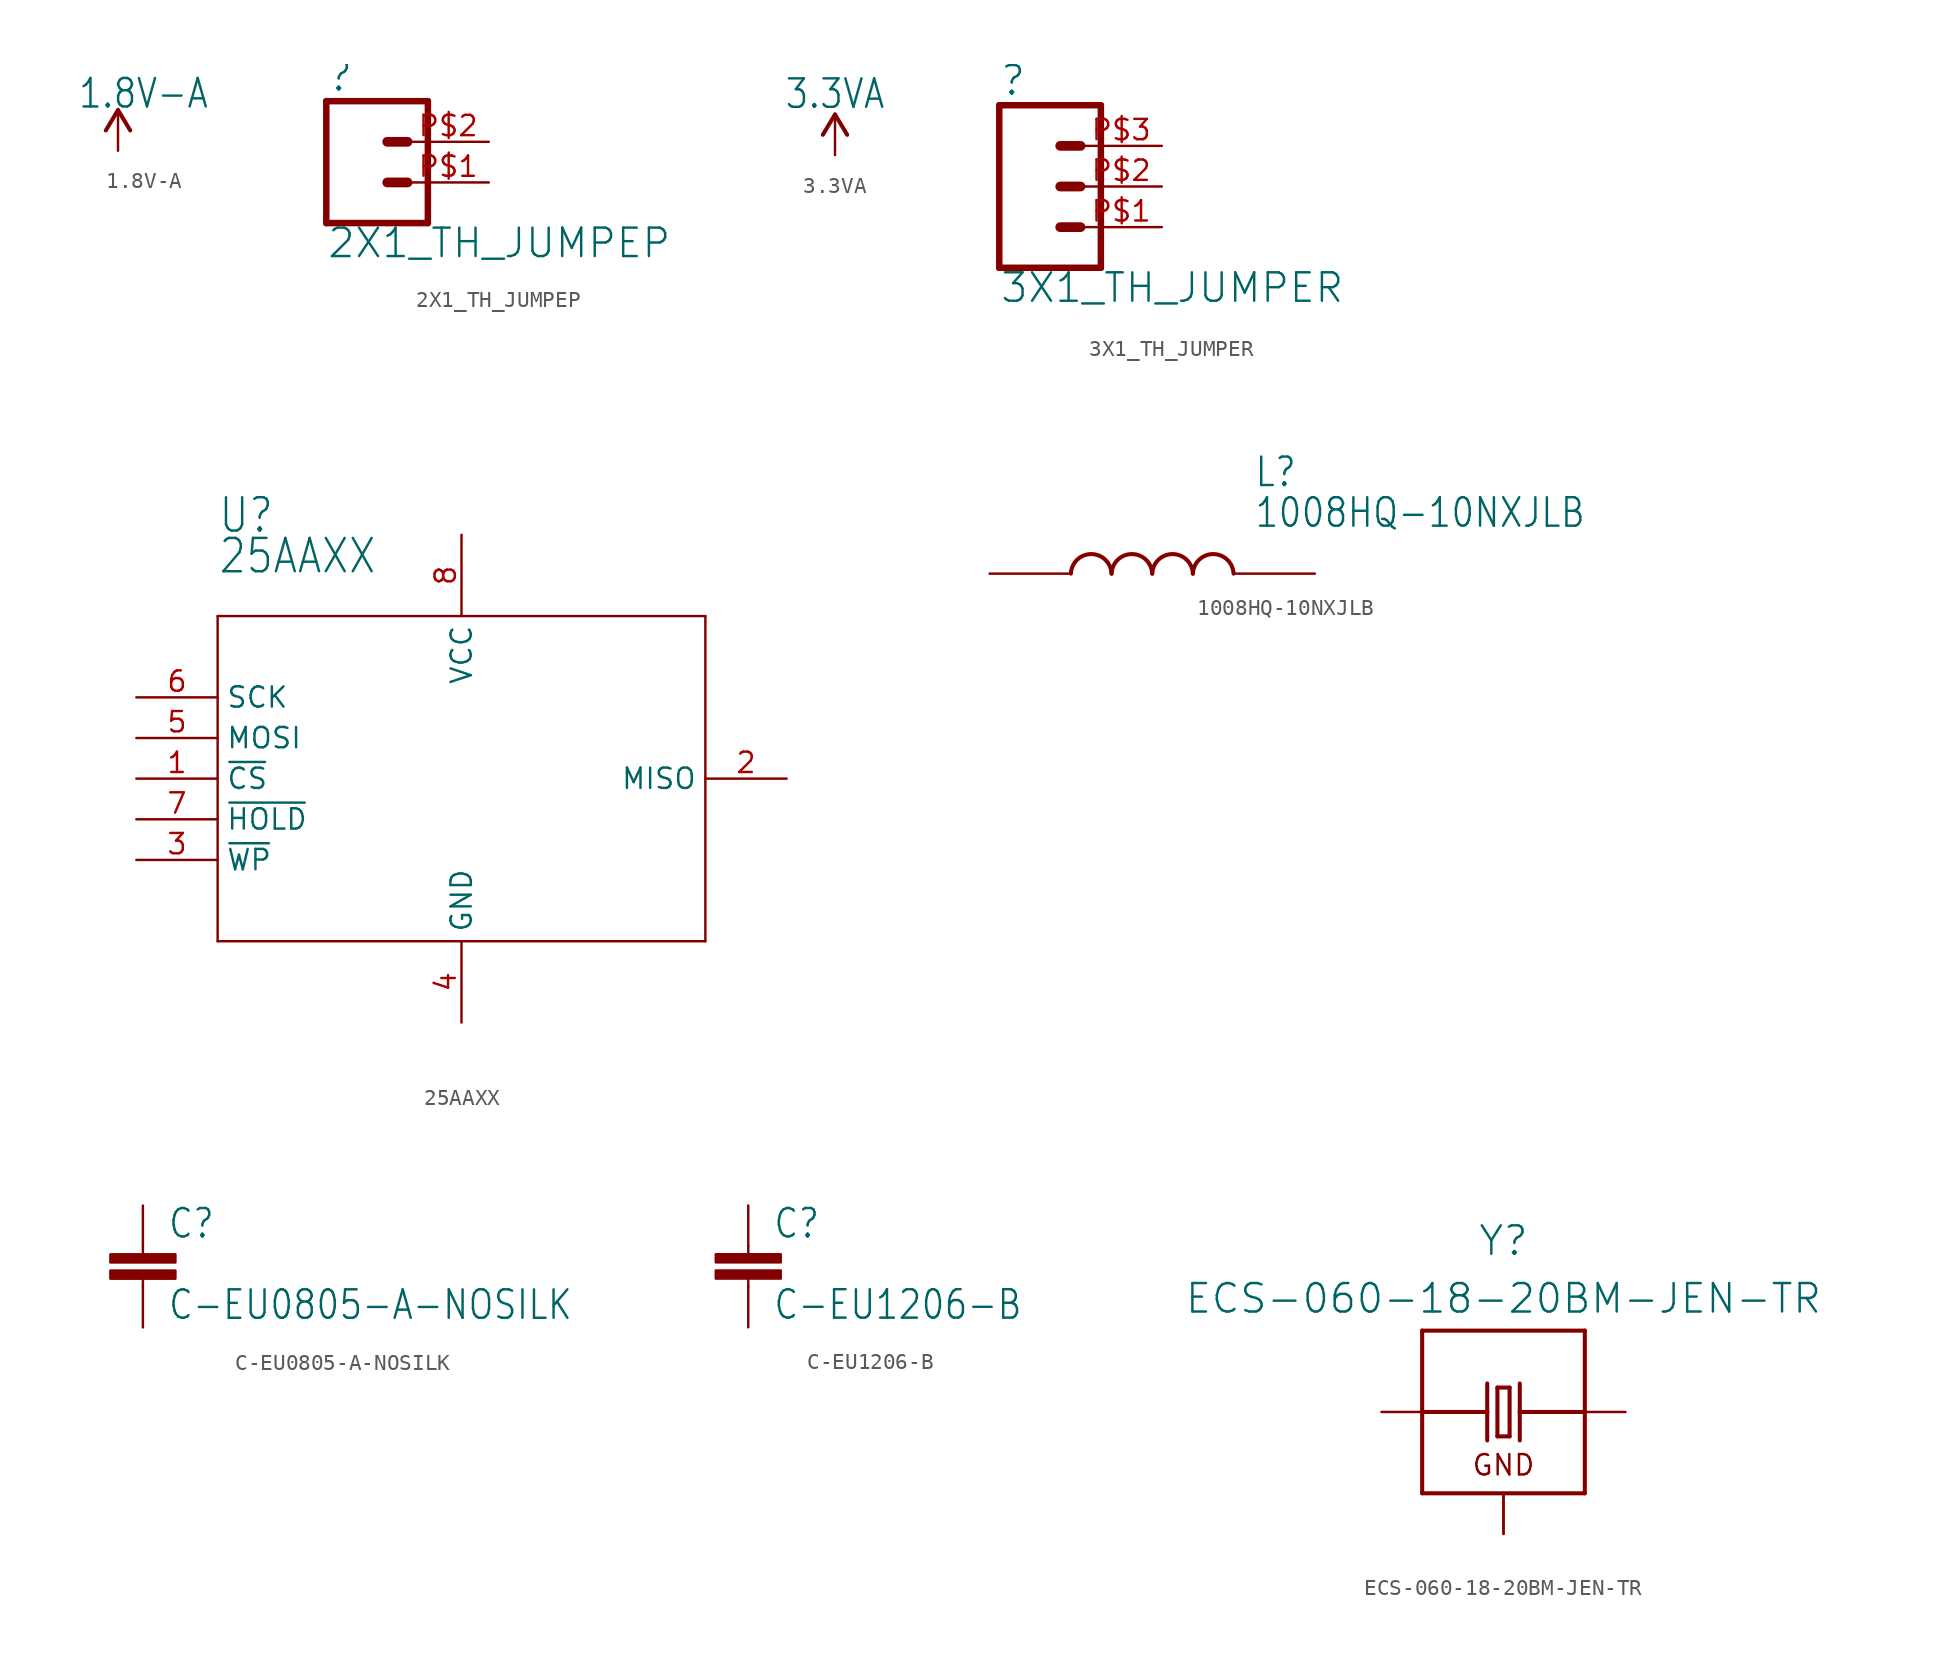
<source format=kicad_sym>
(kicad_symbol_lib
  (version 20211014)
  (generator kicad_symbol_editor)
  (symbol "1.8V-A"
    (power)
    (property "Reference" "#1.8V-A"
      (at 0 0 0)
      (effects (font (size 1.27 1.27)) hide))
    (property "Value" "1.8V-A"
      (at -2.54 0 0)
      (effects (font (size 1.778 1.511)) (justify left bottom)))
    (property "ki_locked" ""
      (at 0 0 0)
      (effects (font (size 1.27 1.27))))
    (symbol "1.8V-A_1_0"
      (polyline (pts (xy 0 0) (xy -0.762 -1.27)) (stroke (width 0.254) (type default) (color 0 0 0 0)) (fill (type none)))
      (polyline (pts (xy 0.762 -1.27) (xy 0 0)) (stroke (width 0.254) (type default) (color 0 0 0 0)) (fill (type none)))
      (pin power_in line (at 0 -2.54 90) (length 2.54) (name "1.8V-A" (effects (font (size 0 0)))) (number "1" (effects (font (size 0 0)))))))
  (symbol "2X1_TH_JUMPEP"
    (property "Reference" ""
      (at -2.54 5.588 0)
      (effects (font (size 1.778 1.778)) (justify left bottom)))
    (property "Value" "2X1_TH_JUMPEP"
      (at -2.54 -4.826 0)
      (effects (font (size 1.778 1.778)) (justify left bottom)))
    (property "ki_locked" ""
      (at 0 0 0)
      (effects (font (size 1.27 1.27))))
    (symbol "2X1_TH_JUMPEP_1_0"
      (polyline (pts (xy -2.54 5.08) (xy -2.54 -2.54)) (stroke (width 0.406) (type default) (color 0 0 0 0)) (fill (type none)))
      (polyline (pts (xy -2.54 5.08) (xy 3.81 5.08)) (stroke (width 0.406) (type default) (color 0 0 0 0)) (fill (type none)))
      (polyline (pts (xy 1.27 0) (xy 2.54 0)) (stroke (width 0.61) (type default) (color 0 0 0 0)) (fill (type none)))
      (polyline (pts (xy 1.27 2.54) (xy 2.54 2.54)) (stroke (width 0.61) (type default) (color 0 0 0 0)) (fill (type none)))
      (polyline (pts (xy 3.81 -2.54) (xy -2.54 -2.54)) (stroke (width 0.406) (type default) (color 0 0 0 0)) (fill (type none)))
      (polyline (pts (xy 3.81 -2.54) (xy 3.81 5.08)) (stroke (width 0.406) (type default) (color 0 0 0 0)) (fill (type none)))
      (pin passive line (at 7.62 0 180) (length 5.08) (name "1" (effects (font (size 0 0)))) (number "P$1" (effects (font (size 1.27 1.27)))))
      (pin passive line (at 7.62 2.54 180) (length 5.08) (name "2" (effects (font (size 0 0)))) (number "P$2" (effects (font (size 1.27 1.27)))))))
  (symbol "3.3VA"
    (power)
    (property "Reference" "#3.3VA"
      (at 0 0 0)
      (effects (font (size 1.27 1.27)) hide))
    (property "Value" "3.3VA"
      (at 0 0.254 0)
      (effects (font (size 1.778 1.511)) (justify bottom)))
    (property "ki_locked" ""
      (at 0 0 0)
      (effects (font (size 1.27 1.27))))
    (symbol "3.3VA_1_0"
      (polyline (pts (xy 0 0) (xy -0.762 -1.27)) (stroke (width 0.254) (type default) (color 0 0 0 0)) (fill (type none)))
      (polyline (pts (xy 0.762 -1.27) (xy 0 0)) (stroke (width 0.254) (type default) (color 0 0 0 0)) (fill (type none)))
      (pin power_in line (at 0 -2.54 90) (length 2.54) (name "3.3VA" (effects (font (size 0 0)))) (number "1" (effects (font (size 0 0)))))))
  (symbol "3X1_TH_JUMPER"
    (property "Reference" ""
      (at -2.54 5.588 0)
      (effects (font (size 1.778 1.778)) (justify left bottom)))
    (property "Value" "3X1_TH_JUMPER"
      (at -2.54 -7.366 0)
      (effects (font (size 1.778 1.778)) (justify left bottom)))
    (property "ki_locked" ""
      (at 0 0 0)
      (effects (font (size 1.27 1.27))))
    (symbol "3X1_TH_JUMPER_1_0"
      (polyline (pts (xy -2.54 5.08) (xy -2.54 -5.08)) (stroke (width 0.406) (type default) (color 0 0 0 0)) (fill (type none)))
      (polyline (pts (xy -2.54 5.08) (xy 3.81 5.08)) (stroke (width 0.406) (type default) (color 0 0 0 0)) (fill (type none)))
      (polyline (pts (xy 1.27 -2.54) (xy 2.54 -2.54)) (stroke (width 0.61) (type default) (color 0 0 0 0)) (fill (type none)))
      (polyline (pts (xy 1.27 0) (xy 2.54 0)) (stroke (width 0.61) (type default) (color 0 0 0 0)) (fill (type none)))
      (polyline (pts (xy 1.27 2.54) (xy 2.54 2.54)) (stroke (width 0.61) (type default) (color 0 0 0 0)) (fill (type none)))
      (polyline (pts (xy 3.81 -5.08) (xy -2.54 -5.08)) (stroke (width 0.406) (type default) (color 0 0 0 0)) (fill (type none)))
      (polyline (pts (xy 3.81 -5.08) (xy 3.81 5.08)) (stroke (width 0.406) (type default) (color 0 0 0 0)) (fill (type none)))
      (pin passive line (at 7.62 -2.54 180) (length 5.08) (name "1" (effects (font (size 0 0)))) (number "P$1" (effects (font (size 1.27 1.27)))))
      (pin passive line (at 7.62 0 180) (length 5.08) (name "2" (effects (font (size 0 0)))) (number "P$2" (effects (font (size 1.27 1.27)))))
      (pin passive line (at 7.62 2.54 180) (length 5.08) (name "3" (effects (font (size 0 0)))) (number "P$3" (effects (font (size 1.27 1.27)))))))
  (symbol "25AAXX"
    (property "Reference" "U"
      (at -15.24 15.24 0)
      (effects (font (size 2.083 1.77)) (justify left bottom)))
    (property "Value" "25AAXX"
      (at -15.24 12.7 0)
      (effects (font (size 2.083 1.77)) (justify left bottom)))
    (property "ki_locked" ""
      (at 0 0 0)
      (effects (font (size 1.27 1.27))))
    (symbol "25AAXX_1_0"
      (polyline (pts (xy -15.24 -10.16) (xy 15.24 -10.16)) (stroke (width 0.152) (type default) (color 0 0 0 0)) (fill (type none)))
      (polyline (pts (xy -15.24 10.16) (xy -15.24 -10.16)) (stroke (width 0.152) (type default) (color 0 0 0 0)) (fill (type none)))
      (polyline (pts (xy 15.24 -10.16) (xy 15.24 10.16)) (stroke (width 0.152) (type default) (color 0 0 0 0)) (fill (type none)))
      (polyline (pts (xy 15.24 10.16) (xy -15.24 10.16)) (stroke (width 0.152) (type default) (color 0 0 0 0)) (fill (type none)))
      (pin input line (at -20.32 0 0) (length 5.08) (name "~{CS}" (effects (font (size 1.27 1.27)))) (number "1" (effects (font (size 1.27 1.27)))))
      (pin output line (at 20.32 0 180) (length 5.08) (name "MISO" (effects (font (size 1.27 1.27)))) (number "2" (effects (font (size 1.27 1.27)))))
      (pin input line (at -20.32 -5.08 0) (length 5.08) (name "~{WP}" (effects (font (size 1.27 1.27)))) (number "3" (effects (font (size 1.27 1.27)))))
      (pin power_in line (at 0 -15.24 90) (length 5.08) (name "GND" (effects (font (size 1.27 1.27)))) (number "4" (effects (font (size 1.27 1.27)))))
      (pin input line (at -20.32 2.54 0) (length 5.08) (name "MOSI" (effects (font (size 1.27 1.27)))) (number "5" (effects (font (size 1.27 1.27)))))
      (pin input line (at -20.32 5.08 0) (length 5.08) (name "SCK" (effects (font (size 1.27 1.27)))) (number "6" (effects (font (size 1.27 1.27)))))
      (pin input line (at -20.32 -2.54 0) (length 5.08) (name "~{HOLD}" (effects (font (size 1.27 1.27)))) (number "7" (effects (font (size 1.27 1.27)))))
      (pin power_in line (at 0 15.24 270) (length 5.08) (name "VCC" (effects (font (size 1.27 1.27)))) (number "8" (effects (font (size 1.27 1.27)))))))
  (symbol "1008HQ-10NXJLB"
    (property "Reference" "L"
      (at 16.51 6.35 0)
      (effects (font (size 1.778 1.511)) (justify left)))
    (property "Value" "1008HQ-10NXJLB"
      (at 16.51 3.81 0)
      (effects (font (size 1.778 1.511)) (justify left)))
    (property "ki_locked" ""
      (at 0 0 0)
      (effects (font (size 1.27 1.27))))
    (symbol "1008HQ-10NXJLB_1_0"
      (arc (start 7.62 0) (mid 6.35 1.22) (end 5.08 0) (stroke (width 0.254) (type default) (color 0 0 0 0)) (fill (type none)))
      (arc (start 10.16 0) (mid 8.89 1.22) (end 7.62 0) (stroke (width 0.254) (type default) (color 0 0 0 0)) (fill (type none)))
      (arc (start 12.7 0) (mid 11.43 1.22) (end 10.16 0) (stroke (width 0.254) (type default) (color 0 0 0 0)) (fill (type none)))
      (arc (start 15.24 0) (mid 13.97 1.22) (end 12.7 0) (stroke (width 0.254) (type default) (color 0 0 0 0)) (fill (type none)))
      (pin bidirectional line (at 0 0 0) (length 5.08) (name "1" (effects (font (size 0 0)))) (number "1" (effects (font (size 0 0)))))
      (pin bidirectional line (at 20.32 0 180) (length 5.08) (name "2" (effects (font (size 0 0)))) (number "2" (effects (font (size 0 0)))))))
  (symbol "C-EU0805-A-NOSILK"
    (property "Reference" "C"
      (at 1.524 0.381 0)
      (effects (font (size 1.778 1.511)) (justify left bottom)))
    (property "Value" "C-EU0805-A-NOSILK"
      (at 1.524 -4.699 0)
      (effects (font (size 1.778 1.511)) (justify left bottom)))
    (property "ki_locked" ""
      (at 0 0 0)
      (effects (font (size 1.27 1.27))))
    (symbol "C-EU0805-A-NOSILK_1_0"
      (rectangle (start -2.032 -2.032) (end 2.032 -1.524) (stroke (width 0) (type default) (color 0 0 0 0)) (fill (type outline)))
      (rectangle (start -2.032 -1.016) (end 2.032 -0.508) (stroke (width 0) (type default) (color 0 0 0 0)) (fill (type outline)))
      (polyline (pts (xy 0 -2.54) (xy 0 -2.032)) (stroke (width 0.152) (type default) (color 0 0 0 0)) (fill (type none)))
      (polyline (pts (xy 0 0) (xy 0 -0.508)) (stroke (width 0.152) (type default) (color 0 0 0 0)) (fill (type none)))
      (pin passive line (at 0 2.54 270) (length 2.54) (name "1" (effects (font (size 0 0)))) (number "1" (effects (font (size 0 0)))))
      (pin passive line (at 0 -5.08 90) (length 2.54) (name "2" (effects (font (size 0 0)))) (number "2" (effects (font (size 0 0)))))))
  (symbol "C-EU1206-B"
    (property "Reference" "C"
      (at 1.524 0.381 0)
      (effects (font (size 1.778 1.511)) (justify left bottom)))
    (property "Value" "C-EU1206-B"
      (at 1.524 -4.699 0)
      (effects (font (size 1.778 1.511)) (justify left bottom)))
    (property "ki_locked" ""
      (at 0 0 0)
      (effects (font (size 1.27 1.27))))
    (symbol "C-EU1206-B_1_0"
      (rectangle (start -2.032 -2.032) (end 2.032 -1.524) (stroke (width 0) (type default) (color 0 0 0 0)) (fill (type outline)))
      (rectangle (start -2.032 -1.016) (end 2.032 -0.508) (stroke (width 0) (type default) (color 0 0 0 0)) (fill (type outline)))
      (polyline (pts (xy 0 -2.54) (xy 0 -2.032)) (stroke (width 0.152) (type default) (color 0 0 0 0)) (fill (type none)))
      (polyline (pts (xy 0 0) (xy 0 -0.508)) (stroke (width 0.152) (type default) (color 0 0 0 0)) (fill (type none)))
      (pin passive line (at 0 2.54 270) (length 2.54) (name "1" (effects (font (size 0 0)))) (number "1" (effects (font (size 0 0)))))
      (pin passive line (at 0 -5.08 90) (length 2.54) (name "2" (effects (font (size 0 0)))) (number "2" (effects (font (size 0 0)))))))
  (symbol "ECS-060-18-20BM-JEN-TR"
    (property "Reference" "Y"
      (at 0 9.652 0)
      (effects (font (size 1.778 1.778)) (justify bottom)))
    (property "Value" "ECS-060-18-20BM-JEN-TR"
      (at 0 8.128 0)
      (effects (font (size 1.778 1.778)) (justify top)))
    (property "ki_locked" ""
      (at 0 0 0)
      (effects (font (size 1.27 1.27))))
    (symbol "ECS-060-18-20BM-JEN-TR_1_0"
      (polyline (pts (xy -5.08 -5.08) (xy 5.08 -5.08)) (stroke (width 0.254) (type default) (color 0 0 0 0)) (fill (type none)))
      (polyline (pts (xy -5.08 0) (xy -5.08 -5.08)) (stroke (width 0.254) (type default) (color 0 0 0 0)) (fill (type none)))
      (polyline (pts (xy -5.08 0) (xy -1.016 0)) (stroke (width 0.254) (type default) (color 0 0 0 0)) (fill (type none)))
      (polyline (pts (xy -5.08 5.08) (xy -5.08 0)) (stroke (width 0.254) (type default) (color 0 0 0 0)) (fill (type none)))
      (polyline (pts (xy -1.016 0) (xy -1.016 -1.778)) (stroke (width 0.254) (type default) (color 0 0 0 0)) (fill (type none)))
      (polyline (pts (xy -1.016 1.778) (xy -1.016 0)) (stroke (width 0.254) (type default) (color 0 0 0 0)) (fill (type none)))
      (polyline (pts (xy -0.381 -1.524) (xy 0.381 -1.524)) (stroke (width 0.254) (type default) (color 0 0 0 0)) (fill (type none)))
      (polyline (pts (xy -0.381 1.524) (xy -0.381 -1.524)) (stroke (width 0.254) (type default) (color 0 0 0 0)) (fill (type none)))
      (polyline (pts (xy 0.381 -1.524) (xy 0.381 1.524)) (stroke (width 0.254) (type default) (color 0 0 0 0)) (fill (type none)))
      (polyline (pts (xy 0.381 1.524) (xy -0.381 1.524)) (stroke (width 0.254) (type default) (color 0 0 0 0)) (fill (type none)))
      (polyline (pts (xy 1.016 0) (xy 1.016 -1.778)) (stroke (width 0.254) (type default) (color 0 0 0 0)) (fill (type none)))
      (polyline (pts (xy 1.016 1.778) (xy 1.016 0)) (stroke (width 0.254) (type default) (color 0 0 0 0)) (fill (type none)))
      (polyline (pts (xy 5.08 -5.08) (xy 5.08 0)) (stroke (width 0.254) (type default) (color 0 0 0 0)) (fill (type none)))
      (polyline (pts (xy 5.08 0) (xy 1.016 0)) (stroke (width 0.254) (type default) (color 0 0 0 0)) (fill (type none)))
      (polyline (pts (xy 5.08 0) (xy 5.08 5.08)) (stroke (width 0.254) (type default) (color 0 0 0 0)) (fill (type none)))
      (polyline (pts (xy 5.08 5.08) (xy -5.08 5.08)) (stroke (width 0.254) (type default) (color 0 0 0 0)) (fill (type none)))
      (text "GND" (at 0 -4.064 0) (effects (font (size 1.27 1.27)) (justify bottom)))
      (pin passive line (at 7.62 0 180) (length 2.54) (name "X2" (effects (font (size 0 0)))) (number "1" (effects (font (size 0 0)))))
      (pin power_in line (at 0 -7.62 90) (length 2.54) (name "GND" (effects (font (size 0 0)))) (number "2" (effects (font (size 0 0)))))
      (pin passive line (at -7.62 0 0) (length 2.54) (name "X1" (effects (font (size 0 0)))) (number "3" (effects (font (size 0 0)))))
      (pin power_in line (at 0 -7.62 90) (length 2.54) (name "GND" (effects (font (size 0 0)))) (number "4" (effects (font (size 0 0))))))))
</source>
